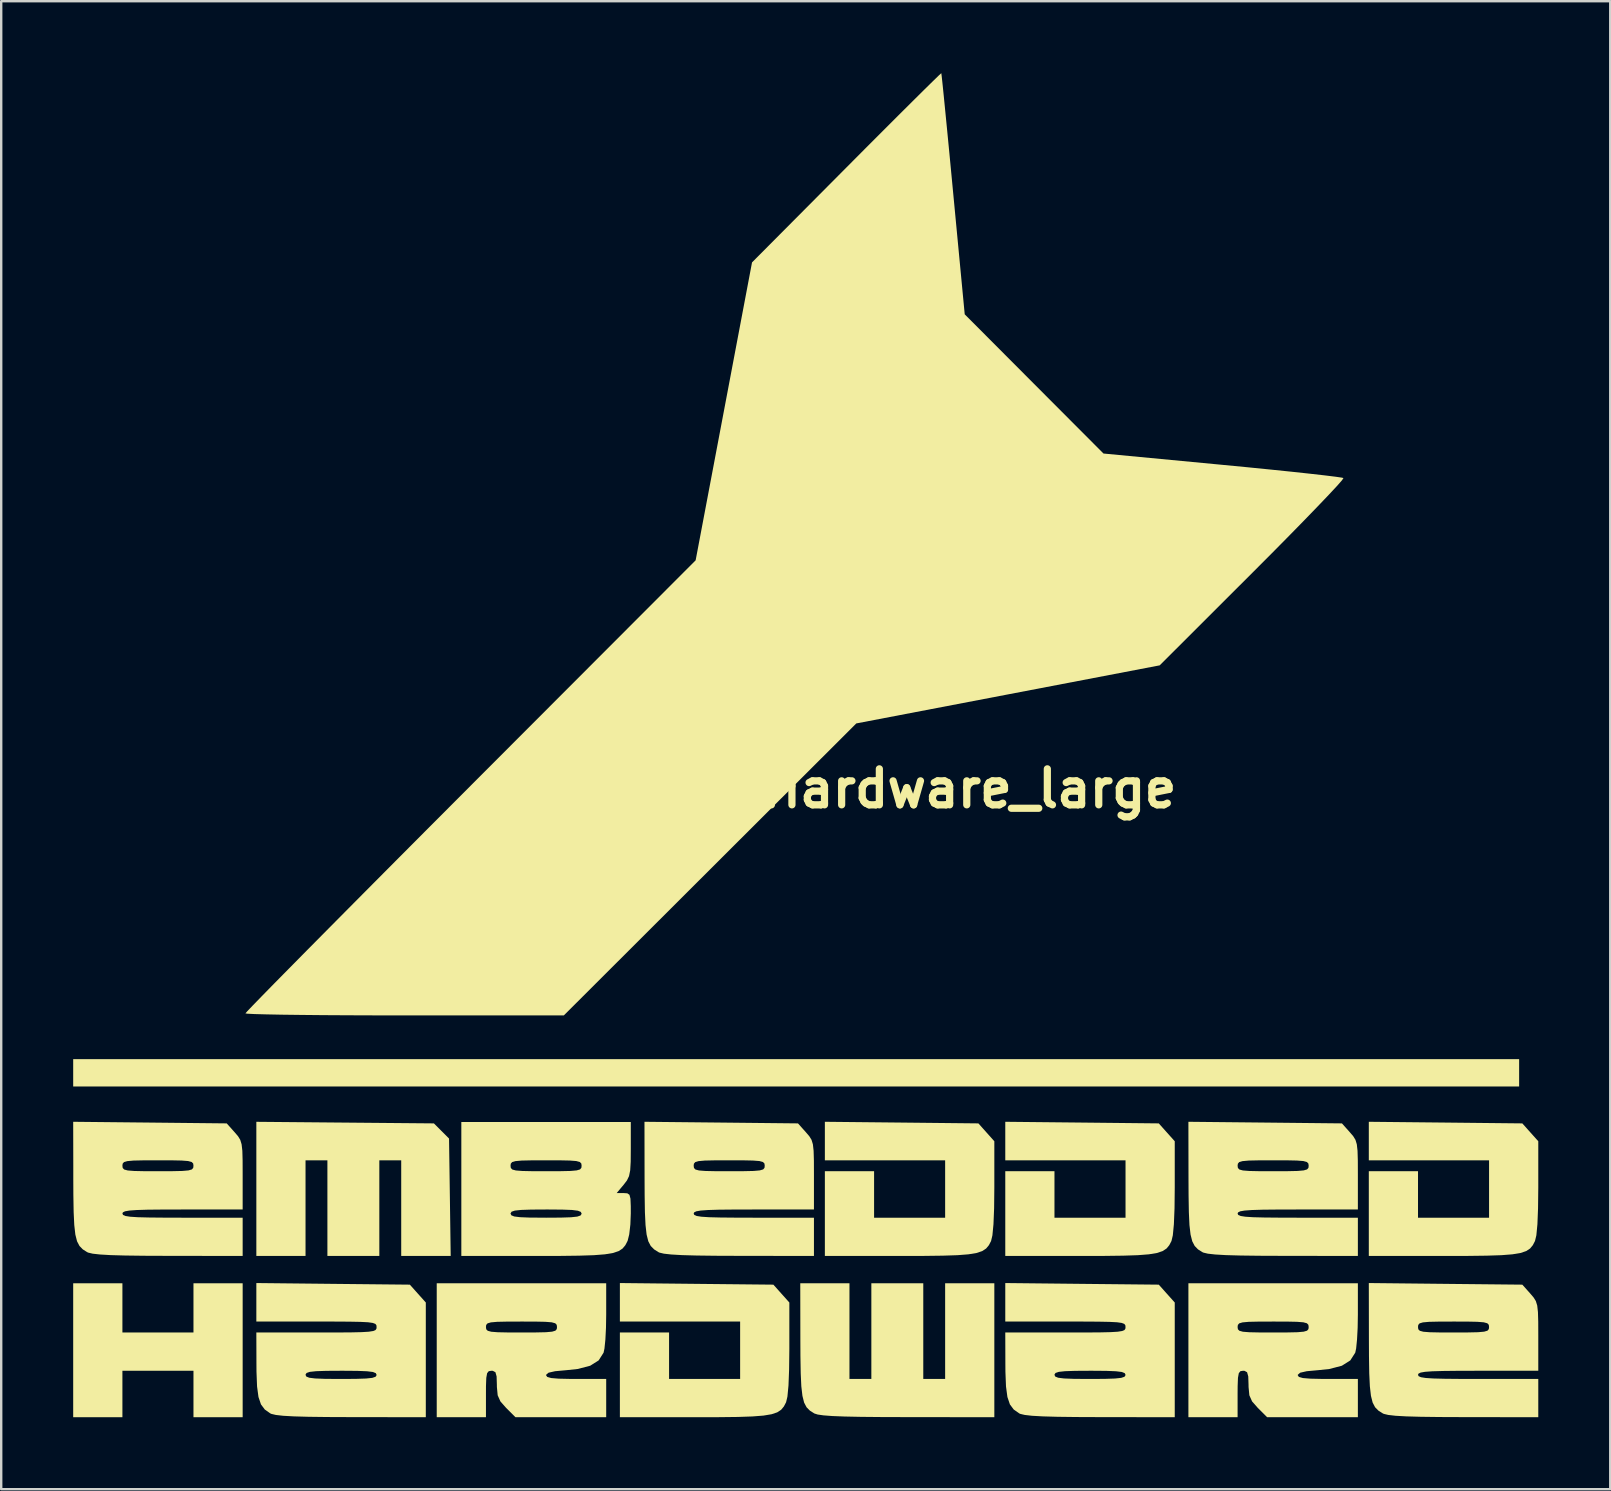
<source format=kicad_pcb>
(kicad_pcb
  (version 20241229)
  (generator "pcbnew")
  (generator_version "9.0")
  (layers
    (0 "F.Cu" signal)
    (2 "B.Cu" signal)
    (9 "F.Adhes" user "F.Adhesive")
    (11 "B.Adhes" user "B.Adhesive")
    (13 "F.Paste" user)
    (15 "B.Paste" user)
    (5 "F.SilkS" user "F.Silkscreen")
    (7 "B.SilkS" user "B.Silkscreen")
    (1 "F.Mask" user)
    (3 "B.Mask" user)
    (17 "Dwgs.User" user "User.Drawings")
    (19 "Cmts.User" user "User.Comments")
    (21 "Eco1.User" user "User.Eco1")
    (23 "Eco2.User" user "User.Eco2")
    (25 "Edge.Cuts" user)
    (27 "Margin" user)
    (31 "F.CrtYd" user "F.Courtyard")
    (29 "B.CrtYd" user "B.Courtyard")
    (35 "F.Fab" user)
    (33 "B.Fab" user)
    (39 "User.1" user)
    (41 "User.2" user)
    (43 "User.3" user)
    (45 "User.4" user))
  (footprint "EmbeddedHardware_large"
    (layer "F.Cu")
    (at 31.665 29.81)
    (property "Reference" "EmbeddedHardware_large" (at 0 0 0) (layer "F.SilkS") (effects (font (size 1.5 1.5) (thickness 0.3))))
    (attr board_only exclude_from_pos_files exclude_from_bom)
    (fp_poly (pts (xy 28.589 11.846) (xy 28.589 12.415) (xy -1.538 12.415) (xy -31.665 12.415) (xy -31.665 11.846) (xy -31.665 11.276) (xy -1.538 11.276) (xy 28.589 11.276)) (stroke (width 0) (type solid)) (fill yes) (layer "F.SilkS"))
    (fp_poly (pts (xy -29.614 21.641) (xy -29.614 22.666) (xy -28.134 22.666) (xy -26.653 22.666) (xy -26.653 21.641) (xy -26.653 20.616) (xy -25.628 20.616) (xy -24.603 20.616) (xy -24.603 23.407) (xy -24.603 26.197) (xy -25.628 26.197) (xy -26.653 26.197) (xy -26.653 25.229) (xy -26.653 24.261) (xy -28.134 24.261) (xy -29.614 24.261) (xy -29.614 25.229) (xy -29.614 26.197) (xy -30.639 26.197) (xy -31.665 26.197) (xy -31.665 23.407) (xy -31.665 20.616) (xy -30.639 20.616) (xy -29.614 20.616)) (stroke (width 0) (type solid)) (fill yes) (layer "F.SilkS"))
    (fp_poly (pts (xy -20.334 13.92) (xy -16.634 13.953) (xy -16.319 14.268) (xy -16.003 14.584) (xy -15.968 17.031) (xy -15.934 19.477) (xy -16.965 19.477) (xy -17.996 19.477) (xy -17.996 17.484) (xy -17.996 15.491) (xy -18.452 15.491) (xy -18.908 15.491) (xy -18.908 17.484) (xy -18.908 19.477) (xy -19.99 19.477) (xy -21.072 19.477) (xy -21.072 17.484) (xy -21.072 15.491) (xy -21.527 15.491) (xy -21.983 15.491) (xy -21.983 17.484) (xy -21.983 19.477) (xy -23.008 19.477) (xy -24.033 19.477) (xy -24.033 16.682) (xy -24.033 13.887)) (stroke (width 0) (type solid)) (fill yes) (layer "F.SilkS"))
    (fp_poly (pts (xy -5.686 20.64) (xy -2.487 20.673) (xy -2.155 21.045) (xy -1.822 21.417) (xy -1.822 23.346) (xy -1.832 24.208) (xy -1.858 24.876) (xy -1.902 25.338) (xy -1.958 25.574) (xy -2.05 25.749) (xy -2.164 25.887) (xy -2.327 25.994) (xy -2.564 26.073) (xy -2.899 26.129) (xy -3.36 26.165) (xy -3.971 26.186) (xy -4.757 26.195) (xy -5.744 26.197) (xy -5.803 26.197) (xy -8.884 26.197) (xy -8.884 24.432) (xy -8.884 22.666) (xy -7.859 22.666) (xy -6.834 22.666) (xy -6.834 23.635) (xy -6.834 24.603) (xy -5.353 24.603) (xy -3.873 24.603) (xy -3.873 23.407) (xy -3.873 22.211) (xy -6.378 22.211) (xy -8.884 22.211) (xy -8.884 21.408) (xy -8.884 20.606)) (stroke (width 0) (type solid)) (fill yes) (layer "F.SilkS"))
    (fp_poly (pts (xy 2.857 13.919) (xy 6.056 13.953) (xy 6.388 14.325) (xy 6.72 14.697) (xy 6.72 16.626) (xy 6.711 17.488) (xy 6.684 18.155) (xy 6.64 18.617) (xy 6.584 18.854) (xy 6.493 19.029) (xy 6.378 19.167) (xy 6.216 19.274) (xy 5.979 19.353) (xy 5.643 19.409) (xy 5.183 19.445) (xy 4.572 19.465) (xy 3.786 19.475) (xy 2.798 19.477) (xy 2.739 19.477) (xy -0.342 19.477) (xy -0.342 17.712) (xy -0.342 15.946) (xy 0.683 15.946) (xy 1.709 15.946) (xy 1.709 16.914) (xy 1.709 17.883) (xy 3.189 17.883) (xy 4.67 17.883) (xy 4.67 16.687) (xy 4.67 15.491) (xy 2.164 15.491) (xy -0.342 15.491) (xy -0.342 14.688) (xy -0.342 13.886)) (stroke (width 0) (type solid)) (fill yes) (layer "F.SilkS"))
    (fp_poly (pts (xy 10.375 13.919) (xy 13.573 13.953) (xy 13.905 14.325) (xy 14.238 14.697) (xy 14.238 16.626) (xy 14.229 17.488) (xy 14.202 18.155) (xy 14.158 18.617) (xy 14.102 18.854) (xy 14.01 19.029) (xy 13.896 19.167) (xy 13.733 19.274) (xy 13.496 19.353) (xy 13.161 19.409) (xy 12.7 19.445) (xy 12.089 19.465) (xy 11.303 19.475) (xy 10.316 19.477) (xy 10.257 19.477) (xy 7.176 19.477) (xy 7.176 17.712) (xy 7.176 15.946) (xy 8.201 15.946) (xy 9.226 15.946) (xy 9.226 16.914) (xy 9.226 17.883) (xy 10.707 17.883) (xy 12.187 17.883) (xy 12.187 16.687) (xy 12.187 15.491) (xy 9.682 15.491) (xy 7.176 15.491) (xy 7.176 14.688) (xy 7.176 13.886)) (stroke (width 0) (type solid)) (fill yes) (layer "F.SilkS"))
    (fp_poly (pts (xy 25.523 13.919) (xy 28.722 13.953) (xy 29.054 14.325) (xy 29.387 14.697) (xy 29.387 16.626) (xy 29.377 17.488) (xy 29.351 18.155) (xy 29.307 18.617) (xy 29.25 18.854) (xy 29.159 19.029) (xy 29.045 19.167) (xy 28.882 19.274) (xy 28.645 19.353) (xy 28.309 19.409) (xy 27.849 19.445) (xy 27.238 19.465) (xy 26.452 19.475) (xy 25.465 19.477) (xy 25.406 19.477) (xy 22.325 19.477) (xy 22.325 17.712) (xy 22.325 15.946) (xy 23.35 15.946) (xy 24.375 15.946) (xy 24.375 16.914) (xy 24.375 17.883) (xy 25.856 17.883) (xy 27.336 17.883) (xy 27.336 16.687) (xy 27.336 15.491) (xy 24.83 15.491) (xy 22.325 15.491) (xy 22.325 14.688) (xy 22.325 13.886)) (stroke (width 0) (type solid)) (fill yes) (layer "F.SilkS"))
    (fp_poly (pts (xy 0.683 22.609) (xy 0.683 24.603) (xy 1.139 24.603) (xy 1.595 24.603) (xy 1.595 22.609) (xy 1.595 20.616) (xy 2.677 20.616) (xy 3.759 20.616) (xy 3.759 22.609) (xy 3.759 24.603) (xy 4.214 24.603) (xy 4.67 24.603) (xy 4.67 22.609) (xy 4.67 20.616) (xy 5.695 20.616) (xy 6.72 20.616) (xy 6.72 23.407) (xy 6.72 26.197) (xy 3.104 26.193) (xy 2.03 26.19) (xy 1.163 26.182) (xy 0.483 26.168) (xy -0.03 26.148) (xy -0.399 26.12) (xy -0.642 26.085) (xy -0.78 26.041) (xy -0.785 26.038) (xy -0.966 25.923) (xy -1.105 25.782) (xy -1.207 25.586) (xy -1.277 25.305) (xy -1.323 24.909) (xy -1.348 24.368) (xy -1.36 23.652) (xy -1.363 22.98) (xy -1.367 20.616) (xy -0.342 20.616) (xy 0.683 20.616)) (stroke (width 0) (type solid)) (fill yes) (layer "F.SilkS"))
    (fp_poly (pts (xy -20.834 20.64) (xy -17.636 20.673) (xy -17.304 21.045) (xy -16.971 21.417) (xy -16.971 23.807) (xy -16.971 26.197) (xy -20.075 26.193) (xy -21.073 26.189) (xy -21.865 26.179) (xy -22.473 26.162) (xy -22.918 26.137) (xy -23.223 26.102) (xy -23.408 26.058) (xy -23.451 26.038) (xy -23.68 25.877) (xy -23.84 25.663) (xy -23.944 25.355) (xy -24.003 24.915) (xy -24.022 24.432) (xy -21.983 24.432) (xy -21.95 24.503) (xy -21.828 24.552) (xy -21.585 24.582) (xy -21.185 24.598) (xy -20.596 24.603) (xy -20.502 24.603) (xy -19.886 24.599) (xy -19.463 24.585) (xy -19.201 24.557) (xy -19.065 24.511) (xy -19.022 24.443) (xy -19.022 24.432) (xy -19.055 24.361) (xy -19.176 24.312) (xy -19.42 24.282) (xy -19.819 24.266) (xy -20.408 24.261) (xy -20.502 24.261) (xy -21.119 24.265) (xy -21.542 24.279) (xy -21.804 24.307) (xy -21.94 24.353) (xy -21.982 24.421) (xy -21.983 24.432) (xy -24.022 24.432) (xy -24.027 24.303) (xy -24.029 24.005) (xy -24.033 22.666) (xy -21.527 22.666) (xy -20.711 22.666) (xy -20.094 22.662) (xy -19.649 22.652) (xy -19.348 22.634) (xy -19.163 22.605) (xy -19.065 22.563) (xy -19.027 22.504) (xy -19.022 22.439) (xy -19.03 22.364) (xy -19.074 22.308) (xy -19.181 22.268) (xy -19.379 22.24) (xy -19.697 22.224) (xy -20.162 22.215) (xy -20.802 22.211) (xy -21.527 22.211) (xy -24.033 22.211) (xy -24.033 21.408) (xy -24.033 20.606)) (stroke (width 0) (type solid)) (fill yes) (layer "F.SilkS"))
    (fp_poly (pts (xy 10.375 20.64) (xy 13.573 20.673) (xy 13.905 21.045) (xy 14.238 21.417) (xy 14.238 23.807) (xy 14.238 26.197) (xy 11.134 26.193) (xy 10.136 26.189) (xy 9.344 26.179) (xy 8.736 26.162) (xy 8.291 26.137) (xy 7.986 26.102) (xy 7.801 26.058) (xy 7.758 26.038) (xy 7.529 25.877) (xy 7.369 25.663) (xy 7.265 25.355) (xy 7.206 24.915) (xy 7.187 24.432) (xy 9.226 24.432) (xy 9.259 24.503) (xy 9.38 24.552) (xy 9.624 24.582) (xy 10.024 24.598) (xy 10.613 24.603) (xy 10.707 24.603) (xy 11.323 24.599) (xy 11.746 24.585) (xy 12.008 24.557) (xy 12.144 24.511) (xy 12.187 24.443) (xy 12.187 24.432) (xy 12.154 24.361) (xy 12.033 24.312) (xy 11.789 24.282) (xy 11.39 24.266) (xy 10.801 24.261) (xy 10.707 24.261) (xy 10.09 24.265) (xy 9.667 24.279) (xy 9.405 24.307) (xy 9.269 24.353) (xy 9.227 24.421) (xy 9.226 24.432) (xy 7.187 24.432) (xy 7.182 24.303) (xy 7.18 24.005) (xy 7.176 22.666) (xy 9.682 22.666) (xy 10.498 22.666) (xy 11.115 22.662) (xy 11.56 22.652) (xy 11.861 22.634) (xy 12.046 22.605) (xy 12.144 22.563) (xy 12.182 22.504) (xy 12.187 22.439) (xy 12.179 22.364) (xy 12.135 22.308) (xy 12.028 22.268) (xy 11.83 22.24) (xy 11.512 22.224) (xy 11.047 22.215) (xy 10.407 22.211) (xy 9.682 22.211) (xy 7.176 22.211) (xy 7.176 21.408) (xy 7.176 20.606)) (stroke (width 0) (type solid)) (fill yes) (layer "F.SilkS"))
    (fp_poly (pts (xy 4.525 -29.695) (xy 4.56 -29.376) (xy 4.611 -28.877) (xy 4.676 -28.22) (xy 4.754 -27.427) (xy 4.842 -26.523) (xy 4.937 -25.53) (xy 5.009 -24.774) (xy 5.486 -19.762) (xy 8.377 -16.861) (xy 11.269 -13.961) (xy 16.23 -13.489) (xy 17.27 -13.389) (xy 18.239 -13.292) (xy 19.114 -13.202) (xy 19.872 -13.12) (xy 20.49 -13.05) (xy 20.943 -12.994) (xy 21.208 -12.955) (xy 21.269 -12.939) (xy 21.207 -12.846) (xy 20.998 -12.608) (xy 20.657 -12.242) (xy 20.2 -11.763) (xy 19.643 -11.187) (xy 19 -10.53) (xy 18.287 -9.808) (xy 17.518 -9.037) (xy 17.479 -8.998) (xy 13.611 -5.134) (xy 7.29 -3.924) (xy 0.968 -2.714) (xy -5.126 3.37) (xy -11.22 9.454) (xy -17.854 9.454) (xy -19.06 9.452) (xy -20.195 9.448) (xy -21.24 9.442) (xy -22.174 9.433) (xy -22.978 9.423) (xy -23.631 9.41) (xy -24.113 9.397) (xy -24.405 9.382) (xy -24.489 9.369) (xy -24.41 9.279) (xy -24.18 9.038) (xy -23.809 8.656) (xy -23.307 8.143) (xy -22.683 7.51) (xy -21.949 6.766) (xy -21.113 5.922) (xy -20.186 4.987) (xy -19.178 3.972) (xy -18.099 2.887) (xy -16.959 1.742) (xy -15.767 0.547) (xy -15.108 -0.114) (xy -5.727 -9.511) (xy -4.552 -15.718) (xy -3.377 -21.926) (xy 0.555 -25.88) (xy 1.333 -26.662) (xy 2.061 -27.391) (xy 2.723 -28.053) (xy 3.304 -28.631) (xy 3.789 -29.112) (xy 4.161 -29.478) (xy 4.406 -29.716) (xy 4.508 -29.809) (xy 4.51 -29.81)) (stroke (width 0) (type solid)) (fill yes) (layer "F.SilkS"))
    (fp_poly (pts (xy -9.454 21.919) (xy -9.463 22.469) (xy -9.488 22.96) (xy -9.526 23.332) (xy -9.563 23.507) (xy -9.769 23.83) (xy -10.122 24.052) (xy -10.646 24.188) (xy -11.112 24.237) (xy -11.584 24.28) (xy -11.857 24.342) (xy -11.958 24.429) (xy -11.96 24.447) (xy -11.911 24.518) (xy -11.745 24.565) (xy -11.428 24.591) (xy -10.927 24.602) (xy -10.707 24.603) (xy -9.454 24.603) (xy -9.454 25.4) (xy -9.454 26.197) (xy -11.345 26.197) (xy -13.235 26.197) (xy -13.623 25.81) (xy -13.862 25.539) (xy -13.976 25.284) (xy -14.009 24.937) (xy -14.01 24.842) (xy -14.021 24.496) (xy -14.07 24.322) (xy -14.179 24.264) (xy -14.238 24.261) (xy -14.348 24.279) (xy -14.416 24.363) (xy -14.451 24.557) (xy -14.464 24.906) (xy -14.465 25.229) (xy -14.465 26.197) (xy -15.491 26.197) (xy -16.516 26.197) (xy -16.516 23.407) (xy -16.516 22.439) (xy -14.465 22.439) (xy -14.453 22.532) (xy -14.391 22.595) (xy -14.244 22.635) (xy -13.974 22.656) (xy -13.546 22.665) (xy -12.985 22.666) (xy -12.38 22.664) (xy -11.967 22.655) (xy -11.709 22.632) (xy -11.571 22.591) (xy -11.514 22.525) (xy -11.504 22.439) (xy -11.517 22.346) (xy -11.578 22.282) (xy -11.726 22.242) (xy -11.995 22.221) (xy -12.423 22.212) (xy -12.985 22.211) (xy -13.589 22.213) (xy -14.002 22.222) (xy -14.26 22.245) (xy -14.399 22.286) (xy -14.455 22.352) (xy -14.465 22.439) (xy -16.516 22.439) (xy -16.516 20.616) (xy -12.985 20.616) (xy -9.454 20.616)) (stroke (width 0) (type solid)) (fill yes) (layer "F.SilkS"))
    (fp_poly (pts (xy 21.869 21.919) (xy 21.86 22.469) (xy 21.834 22.96) (xy 21.797 23.332) (xy 21.76 23.507) (xy 21.553 23.83) (xy 21.201 24.052) (xy 20.676 24.188) (xy 20.211 24.237) (xy 19.739 24.28) (xy 19.466 24.342) (xy 19.365 24.429) (xy 19.363 24.447) (xy 19.411 24.518) (xy 19.578 24.565) (xy 19.895 24.591) (xy 20.396 24.602) (xy 20.616 24.603) (xy 21.869 24.603) (xy 21.869 25.4) (xy 21.869 26.197) (xy 19.978 26.197) (xy 18.088 26.197) (xy 17.7 25.81) (xy 17.461 25.539) (xy 17.347 25.284) (xy 17.314 24.937) (xy 17.313 24.842) (xy 17.301 24.496) (xy 17.252 24.322) (xy 17.144 24.264) (xy 17.085 24.261) (xy 16.974 24.279) (xy 16.907 24.363) (xy 16.872 24.557) (xy 16.859 24.906) (xy 16.857 25.229) (xy 16.857 26.197) (xy 15.832 26.197) (xy 14.807 26.197) (xy 14.807 23.407) (xy 14.807 22.439) (xy 16.857 22.439) (xy 16.87 22.532) (xy 16.932 22.595) (xy 17.079 22.635) (xy 17.349 22.656) (xy 17.776 22.665) (xy 18.338 22.666) (xy 18.943 22.664) (xy 19.356 22.655) (xy 19.613 22.632) (xy 19.752 22.591) (xy 19.809 22.525) (xy 19.819 22.439) (xy 19.806 22.346) (xy 19.744 22.282) (xy 19.597 22.242) (xy 19.327 22.221) (xy 18.9 22.212) (xy 18.338 22.211) (xy 17.734 22.213) (xy 17.321 22.222) (xy 17.063 22.245) (xy 16.924 22.286) (xy 16.868 22.352) (xy 16.857 22.439) (xy 14.807 22.439) (xy 14.807 20.616) (xy 18.338 20.616) (xy 21.869 20.616)) (stroke (width 0) (type solid)) (fill yes) (layer "F.SilkS"))
    (fp_poly (pts (xy -28.466 13.919) (xy -25.267 13.953) (xy -24.935 14.325) (xy -24.797 14.486) (xy -24.704 14.637) (xy -24.647 14.825) (xy -24.616 15.096) (xy -24.605 15.497) (xy -24.603 16.077) (xy -24.603 16.119) (xy -24.603 17.541) (xy -27.109 17.541) (xy -27.937 17.543) (xy -28.565 17.549) (xy -29.017 17.563) (xy -29.322 17.585) (xy -29.506 17.617) (xy -29.594 17.661) (xy -29.614 17.712) (xy -29.587 17.768) (xy -29.489 17.811) (xy -29.293 17.842) (xy -28.972 17.863) (xy -28.499 17.875) (xy -27.849 17.881) (xy -27.109 17.883) (xy -24.603 17.883) (xy -24.603 18.68) (xy -24.603 19.477) (xy -27.707 19.473) (xy -28.705 19.469) (xy -29.497 19.459) (xy -30.105 19.442) (xy -30.55 19.416) (xy -30.854 19.382) (xy -31.039 19.338) (xy -31.083 19.318) (xy -31.264 19.203) (xy -31.402 19.062) (xy -31.504 18.867) (xy -31.575 18.586) (xy -31.62 18.191) (xy -31.646 17.65) (xy -31.658 16.935) (xy -31.661 16.254) (xy -31.661 15.718) (xy -29.614 15.718) (xy -29.602 15.811) (xy -29.54 15.875) (xy -29.392 15.915) (xy -29.123 15.936) (xy -28.695 15.945) (xy -28.134 15.946) (xy -27.529 15.944) (xy -27.116 15.935) (xy -26.858 15.912) (xy -26.719 15.871) (xy -26.663 15.805) (xy -26.653 15.718) (xy -26.665 15.625) (xy -26.727 15.562) (xy -26.875 15.522) (xy -27.144 15.501) (xy -27.572 15.492) (xy -28.134 15.491) (xy -28.738 15.493) (xy -29.151 15.502) (xy -29.409 15.525) (xy -29.548 15.566) (xy -29.604 15.632) (xy -29.614 15.718) (xy -31.661 15.718) (xy -31.665 13.886)) (stroke (width 0) (type solid)) (fill yes) (layer "F.SilkS"))
    (fp_poly (pts (xy -4.66 13.919) (xy -1.462 13.953) (xy -1.13 14.325) (xy -0.992 14.486) (xy -0.898 14.637) (xy -0.841 14.825) (xy -0.811 15.096) (xy -0.799 15.497) (xy -0.797 16.077) (xy -0.797 16.119) (xy -0.797 17.541) (xy -3.303 17.541) (xy -4.132 17.543) (xy -4.759 17.549) (xy -5.212 17.563) (xy -5.517 17.585) (xy -5.7 17.617) (xy -5.789 17.661) (xy -5.809 17.712) (xy -5.782 17.768) (xy -5.684 17.811) (xy -5.487 17.842) (xy -5.166 17.863) (xy -4.694 17.875) (xy -4.044 17.881) (xy -3.303 17.883) (xy -0.797 17.883) (xy -0.797 18.68) (xy -0.797 19.477) (xy -3.901 19.473) (xy -4.899 19.469) (xy -5.691 19.459) (xy -6.299 19.442) (xy -6.744 19.416) (xy -7.049 19.382) (xy -7.234 19.338) (xy -7.277 19.318) (xy -7.458 19.203) (xy -7.597 19.062) (xy -7.699 18.867) (xy -7.77 18.586) (xy -7.815 18.191) (xy -7.841 17.65) (xy -7.852 16.935) (xy -7.855 16.254) (xy -7.856 15.718) (xy -5.809 15.718) (xy -5.796 15.811) (xy -5.735 15.875) (xy -5.587 15.915) (xy -5.318 15.936) (xy -4.89 15.945) (xy -4.328 15.946) (xy -3.724 15.944) (xy -3.311 15.935) (xy -3.053 15.912) (xy -2.914 15.871) (xy -2.858 15.805) (xy -2.848 15.718) (xy -2.86 15.625) (xy -2.922 15.562) (xy -3.069 15.522) (xy -3.339 15.501) (xy -3.767 15.492) (xy -4.328 15.491) (xy -4.933 15.493) (xy -5.346 15.502) (xy -5.604 15.525) (xy -5.742 15.566) (xy -5.799 15.632) (xy -5.809 15.718) (xy -7.856 15.718) (xy -7.859 13.886)) (stroke (width 0) (type solid)) (fill yes) (layer "F.SilkS"))
    (fp_poly (pts (xy 18.006 13.919) (xy 21.205 13.953) (xy 21.537 14.325) (xy 21.675 14.486) (xy 21.768 14.637) (xy 21.825 14.825) (xy 21.855 15.096) (xy 21.867 15.497) (xy 21.869 16.077) (xy 21.869 16.119) (xy 21.869 17.541) (xy 19.363 17.541) (xy 18.535 17.543) (xy 17.907 17.549) (xy 17.454 17.563) (xy 17.15 17.585) (xy 16.966 17.617) (xy 16.878 17.661) (xy 16.857 17.712) (xy 16.884 17.768) (xy 16.983 17.811) (xy 17.179 17.842) (xy 17.5 17.863) (xy 17.973 17.875) (xy 18.623 17.881) (xy 19.363 17.883) (xy 21.869 17.883) (xy 21.869 18.68) (xy 21.869 19.477) (xy 18.765 19.473) (xy 17.767 19.469) (xy 16.975 19.459) (xy 16.367 19.442) (xy 15.922 19.416) (xy 15.618 19.382) (xy 15.433 19.338) (xy 15.389 19.318) (xy 15.208 19.203) (xy 15.07 19.062) (xy 14.968 18.867) (xy 14.897 18.586) (xy 14.851 18.191) (xy 14.826 17.65) (xy 14.814 16.935) (xy 14.811 16.254) (xy 14.81 15.718) (xy 16.857 15.718) (xy 16.87 15.811) (xy 16.932 15.875) (xy 17.079 15.915) (xy 17.349 15.936) (xy 17.776 15.945) (xy 18.338 15.946) (xy 18.943 15.944) (xy 19.356 15.935) (xy 19.613 15.912) (xy 19.752 15.871) (xy 19.809 15.805) (xy 19.819 15.718) (xy 19.806 15.625) (xy 19.744 15.562) (xy 19.597 15.522) (xy 19.327 15.501) (xy 18.9 15.492) (xy 18.338 15.491) (xy 17.734 15.493) (xy 17.321 15.502) (xy 17.063 15.525) (xy 16.924 15.566) (xy 16.868 15.632) (xy 16.857 15.718) (xy 14.81 15.718) (xy 14.807 13.886)) (stroke (width 0) (type solid)) (fill yes) (layer "F.SilkS"))
    (fp_poly (pts (xy 25.523 20.64) (xy 28.722 20.673) (xy 29.054 21.045) (xy 29.192 21.207) (xy 29.285 21.357) (xy 29.343 21.545) (xy 29.373 21.816) (xy 29.385 22.217) (xy 29.387 22.797) (xy 29.387 22.839) (xy 29.387 24.261) (xy 26.881 24.261) (xy 26.052 24.263) (xy 25.425 24.27) (xy 24.972 24.283) (xy 24.667 24.305) (xy 24.484 24.337) (xy 24.395 24.381) (xy 24.375 24.432) (xy 24.402 24.488) (xy 24.5 24.531) (xy 24.697 24.562) (xy 25.018 24.583) (xy 25.49 24.595) (xy 26.14 24.601) (xy 26.881 24.603) (xy 29.387 24.603) (xy 29.387 25.4) (xy 29.387 26.197) (xy 26.283 26.193) (xy 25.285 26.189) (xy 24.493 26.179) (xy 23.885 26.162) (xy 23.44 26.137) (xy 23.135 26.102) (xy 22.95 26.058) (xy 22.907 26.038) (xy 22.726 25.923) (xy 22.587 25.782) (xy 22.485 25.587) (xy 22.414 25.306) (xy 22.369 24.911) (xy 22.343 24.371) (xy 22.332 23.655) (xy 22.329 22.975) (xy 22.328 22.439) (xy 24.375 22.439) (xy 24.387 22.532) (xy 24.449 22.595) (xy 24.597 22.635) (xy 24.866 22.656) (xy 25.294 22.665) (xy 25.856 22.666) (xy 26.46 22.664) (xy 26.873 22.655) (xy 27.131 22.632) (xy 27.27 22.591) (xy 27.326 22.525) (xy 27.336 22.439) (xy 27.324 22.346) (xy 27.262 22.282) (xy 27.114 22.242) (xy 26.845 22.221) (xy 26.417 22.212) (xy 25.856 22.211) (xy 25.251 22.213) (xy 24.838 22.222) (xy 24.58 22.245) (xy 24.441 22.286) (xy 24.385 22.352) (xy 24.375 22.439) (xy 22.328 22.439) (xy 22.325 20.606)) (stroke (width 0) (type solid)) (fill yes) (layer "F.SilkS"))
    (fp_poly (pts (xy -8.429 15.026) (xy -8.433 15.553) (xy -8.454 15.909) (xy -8.502 16.149) (xy -8.589 16.33) (xy -8.724 16.507) (xy -9.018 16.857) (xy -8.724 16.857) (xy -8.573 16.867) (xy -8.485 16.928) (xy -8.443 17.088) (xy -8.43 17.397) (xy -8.429 17.706) (xy -8.447 18.168) (xy -8.494 18.576) (xy -8.561 18.846) (xy -8.565 18.854) (xy -8.656 19.029) (xy -8.771 19.167) (xy -8.933 19.274) (xy -9.17 19.353) (xy -9.506 19.409) (xy -9.966 19.445) (xy -10.577 19.465) (xy -11.363 19.475) (xy -12.35 19.477) (xy -12.41 19.477) (xy -15.491 19.477) (xy -15.491 17.712) (xy -13.44 17.712) (xy -13.407 17.783) (xy -13.286 17.832) (xy -13.042 17.862) (xy -12.643 17.878) (xy -12.054 17.882) (xy -11.96 17.883) (xy -11.343 17.879) (xy -10.92 17.865) (xy -10.658 17.837) (xy -10.522 17.79) (xy -10.479 17.723) (xy -10.479 17.712) (xy -10.512 17.641) (xy -10.633 17.592) (xy -10.877 17.561) (xy -11.276 17.546) (xy -11.866 17.541) (xy -11.96 17.541) (xy -12.576 17.545) (xy -12.999 17.559) (xy -13.261 17.587) (xy -13.397 17.633) (xy -13.44 17.701) (xy -13.44 17.712) (xy -15.491 17.712) (xy -15.491 16.687) (xy -15.491 15.718) (xy -13.44 15.718) (xy -13.428 15.811) (xy -13.366 15.875) (xy -13.218 15.915) (xy -12.949 15.936) (xy -12.521 15.945) (xy -11.96 15.946) (xy -11.355 15.944) (xy -10.942 15.935) (xy -10.684 15.912) (xy -10.545 15.871) (xy -10.489 15.805) (xy -10.479 15.718) (xy -10.491 15.625) (xy -10.553 15.562) (xy -10.701 15.522) (xy -10.97 15.501) (xy -11.398 15.492) (xy -11.96 15.491) (xy -12.564 15.493) (xy -12.977 15.502) (xy -13.235 15.525) (xy -13.374 15.566) (xy -13.43 15.632) (xy -13.44 15.718) (xy -15.491 15.718) (xy -15.491 13.896) (xy -11.96 13.896) (xy -8.429 13.896)) (stroke (width 0) (type solid)) (fill yes) (layer "F.SilkS")))
  (gr_rect
    (start -3 -3)
    (end 64.051 59.007)
    (stroke (width 0.1) (type default))
    (fill no)
    (layer "Edge.Cuts")))
</source>
